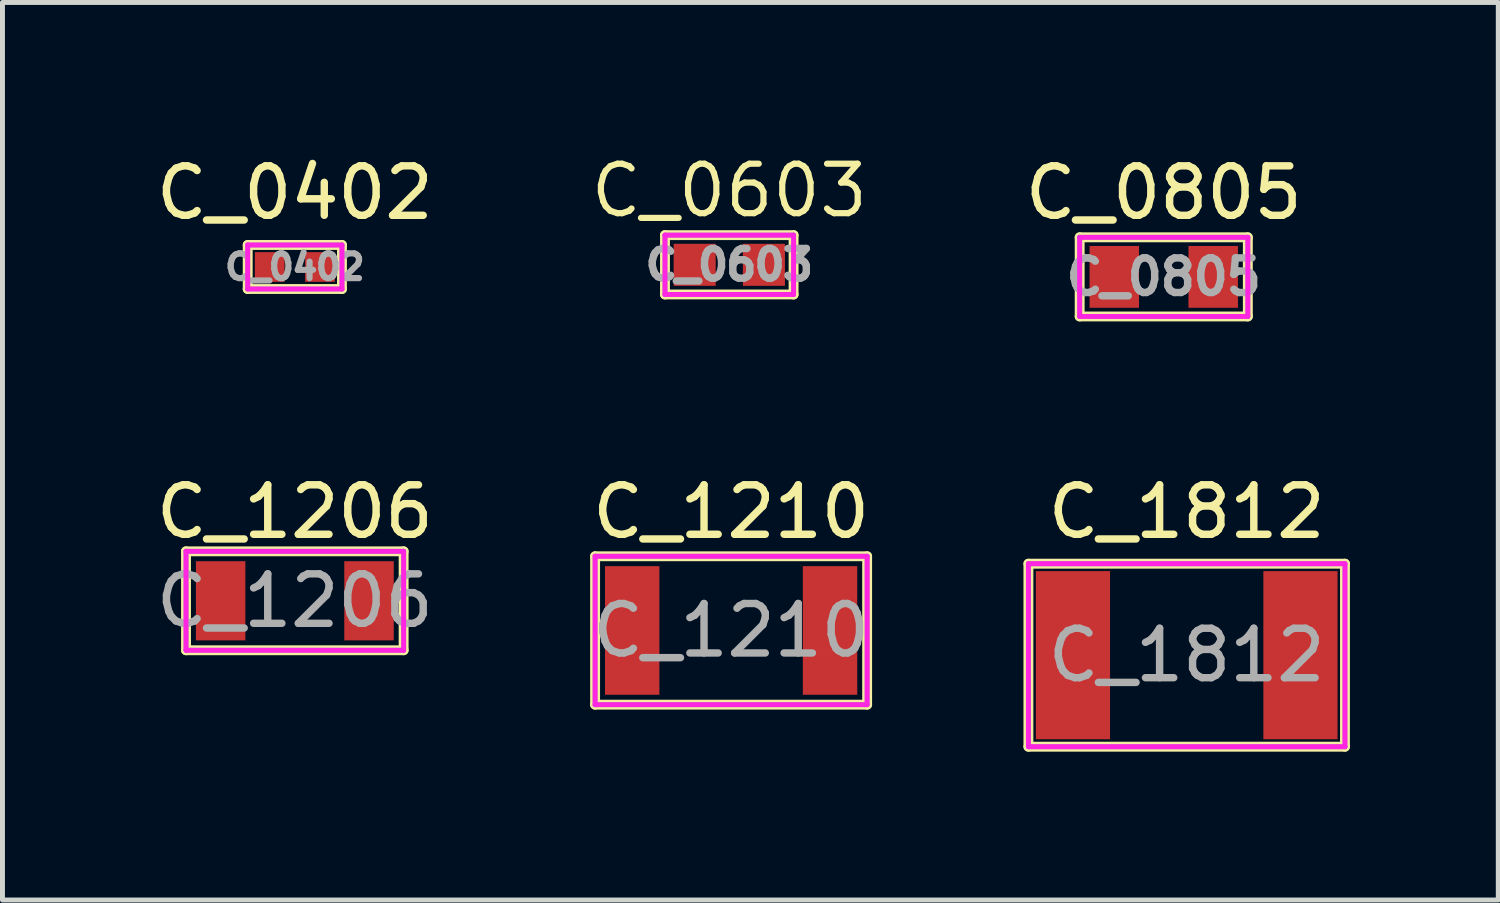
<source format=kicad_pcb>
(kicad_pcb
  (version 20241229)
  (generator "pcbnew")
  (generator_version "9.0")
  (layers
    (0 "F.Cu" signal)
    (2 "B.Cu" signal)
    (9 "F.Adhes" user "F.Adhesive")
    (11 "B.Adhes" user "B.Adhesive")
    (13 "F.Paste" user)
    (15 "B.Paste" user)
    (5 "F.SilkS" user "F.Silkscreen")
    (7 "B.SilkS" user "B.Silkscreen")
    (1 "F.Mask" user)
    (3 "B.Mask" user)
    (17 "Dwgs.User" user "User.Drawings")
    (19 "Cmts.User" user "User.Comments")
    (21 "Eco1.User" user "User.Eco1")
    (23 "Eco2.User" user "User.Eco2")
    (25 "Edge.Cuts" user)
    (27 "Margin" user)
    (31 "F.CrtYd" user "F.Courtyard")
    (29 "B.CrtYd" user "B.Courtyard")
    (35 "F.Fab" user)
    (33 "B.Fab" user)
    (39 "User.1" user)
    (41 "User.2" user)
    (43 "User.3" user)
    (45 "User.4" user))
  (footprint "C_0805"
    (layer "F.Cu")
    (at 20.479 2.548)
    (property "Reference" "C_0805" (at 0 -1.7 0) (layer "F.SilkS") (effects (font (size 1 1) (thickness 0.15))))
    (attr through_hole)
    (fp_line (start -1.7 -0.8) (end -1.7 0.8) (stroke (width 0.2) (type solid)) (layer "F.SilkS"))
    (fp_line (start -1.7 0.8) (end 1.7 0.8) (stroke (width 0.2) (type solid)) (layer "F.SilkS"))
    (fp_line (start 1.7 -0.8) (end -1.7 -0.8) (stroke (width 0.2) (type solid)) (layer "F.SilkS"))
    (fp_line (start 1.7 0.8) (end 1.7 -0.8) (stroke (width 0.2) (type solid)) (layer "F.SilkS"))
    (fp_line (start -1.7 -0.8) (end -1.7 0.8) (stroke (width 0.1) (type solid)) (layer "F.CrtYd"))
    (fp_line (start -1.7 0.8) (end 1.7 0.8) (stroke (width 0.1) (type solid)) (layer "F.CrtYd"))
    (fp_line (start 1.7 -0.8) (end -1.7 -0.8) (stroke (width 0.1) (type solid)) (layer "F.CrtYd"))
    (fp_line (start 1.7 0.8) (end 1.7 -0.8) (stroke (width 0.1) (type solid)) (layer "F.CrtYd"))
    (fp_line (start -1.7 -0.8) (end -1.7 0.8) (stroke (width 0.1) (type solid)) (layer "F.Fab"))
    (fp_line (start -1.7 0.8) (end 1.7 0.8) (stroke (width 0.1) (type solid)) (layer "F.Fab"))
    (fp_line (start 1.7 -0.8) (end -1.7 -0.8) (stroke (width 0.1) (type solid)) (layer "F.Fab"))
    (fp_line (start 1.7 0.8) (end 1.7 -0.8) (stroke (width 0.1) (type solid)) (layer "F.Fab"))
    (fp_text user "${REFERENCE}" (at 0 0 0) (layer "F.Fab") (effects (font (size 0.7 0.7) (thickness 0.15))))
    (pad "1" smd rect (at -1 0 90) (size 1.25 1) (layers "F.Cu" "F.Mask" "F.Paste"))
    (pad "2" smd rect (at 1 0 90) (size 1.25 1) (layers "F.Cu" "F.Mask" "F.Paste")))
  (footprint "C_1812"
    (layer "F.Cu")
    (at 20.943 10.197)
    (property "Reference" "C_1812" (at 0 -2.9 0) (layer "F.SilkS") (effects (font (size 1 1) (thickness 0.15))))
    (attr through_hole)
    (fp_line (start -3.2 -1.85) (end -3.2 1.85) (stroke (width 0.2) (type solid)) (layer "F.SilkS"))
    (fp_line (start -3.2 1.85) (end 3.2 1.85) (stroke (width 0.2) (type solid)) (layer "F.SilkS"))
    (fp_line (start 3.2 -1.85) (end -3.2 -1.85) (stroke (width 0.2) (type solid)) (layer "F.SilkS"))
    (fp_line (start 3.2 1.85) (end 3.2 -1.85) (stroke (width 0.2) (type solid)) (layer "F.SilkS"))
    (fp_line (start -3.2 -1.85) (end -3.2 1.85) (stroke (width 0.1) (type solid)) (layer "F.CrtYd"))
    (fp_line (start -3.2 1.85) (end 3.2 1.85) (stroke (width 0.1) (type solid)) (layer "F.CrtYd"))
    (fp_line (start 3.2 -1.85) (end -3.2 -1.85) (stroke (width 0.1) (type solid)) (layer "F.CrtYd"))
    (fp_line (start 3.2 1.85) (end 3.2 -1.85) (stroke (width 0.1) (type solid)) (layer "F.CrtYd"))
    (fp_line (start -3.2 -1.85) (end -3.2 1.85) (stroke (width 0.1) (type solid)) (layer "F.Fab"))
    (fp_line (start -3.2 1.85) (end 3.2 1.85) (stroke (width 0.1) (type solid)) (layer "F.Fab"))
    (fp_line (start 3.2 -1.85) (end -3.2 -1.85) (stroke (width 0.1) (type solid)) (layer "F.Fab"))
    (fp_line (start 3.2 1.85) (end 3.2 -1.85) (stroke (width 0.1) (type solid)) (layer "F.Fab"))
    (fp_text user "${REFERENCE}" (at 0 0 0) (layer "F.Fab") (effects (font (size 1 1) (thickness 0.15))))
    (pad "1" smd rect (at -2.3 0) (size 1.5 3.4) (layers "F.Cu" "F.Mask" "F.Paste"))
    (pad "2" smd rect (at 2.3 0 180) (size 1.5 3.4) (layers "F.Cu" "F.Mask" "F.Paste")))
  (footprint "C_1210"
    (layer "F.Cu")
    (at 11.732 9.697)
    (property "Reference" "C_1210" (at 0 -2.4 0) (layer "F.SilkS") (effects (font (size 1 1) (thickness 0.15))))
    (attr through_hole)
    (fp_line (start -2.75 -1.5) (end -2.75 1.5) (stroke (width 0.2) (type solid)) (layer "F.SilkS"))
    (fp_line (start -2.75 1.5) (end 2.75 1.5) (stroke (width 0.2) (type solid)) (layer "F.SilkS"))
    (fp_line (start 2.75 -1.5) (end -2.75 -1.5) (stroke (width 0.2) (type solid)) (layer "F.SilkS"))
    (fp_line (start 2.75 1.5) (end 2.75 -1.5) (stroke (width 0.2) (type solid)) (layer "F.SilkS"))
    (fp_line (start -2.75 -1.5) (end -2.75 1.5) (stroke (width 0.1) (type solid)) (layer "F.CrtYd"))
    (fp_line (start -2.75 1.5) (end 2.75 1.5) (stroke (width 0.1) (type solid)) (layer "F.CrtYd"))
    (fp_line (start 2.75 -1.5) (end -2.75 -1.5) (stroke (width 0.1) (type solid)) (layer "F.CrtYd"))
    (fp_line (start 2.75 1.5) (end 2.75 -1.5) (stroke (width 0.1) (type solid)) (layer "F.CrtYd"))
    (fp_line (start -2.75 -1.5) (end -2.75 1.5) (stroke (width 0.1) (type solid)) (layer "F.Fab"))
    (fp_line (start -2.75 1.5) (end 2.75 1.5) (stroke (width 0.1) (type solid)) (layer "F.Fab"))
    (fp_line (start 2.75 -1.5) (end -2.75 -1.5) (stroke (width 0.1) (type solid)) (layer "F.Fab"))
    (fp_line (start 2.75 1.5) (end 2.75 -1.5) (stroke (width 0.1) (type solid)) (layer "F.Fab"))
    (fp_text user "${REFERENCE}" (at 0 0 0) (layer "F.Fab") (effects (font (size 1 1) (thickness 0.15))))
    (pad "1" smd rect (at -2 0 90) (size 2.6 1.1) (layers "F.Cu" "F.Mask" "F.Paste"))
    (pad "2" smd rect (at 2 0 90) (size 2.6 1.1) (layers "F.Cu" "F.Mask" "F.Paste")))
  (footprint "C_0603"
    (layer "F.Cu")
    (at 11.695 2.304)
    (property "Reference" "C_0603" (at 0 -1.5 0) (layer "F.SilkS") (effects (font (size 1 1) (thickness 0.125))))
    (attr through_hole)
    (fp_line (start -1.3 -0.6) (end -1.3 0.6) (stroke (width 0.2) (type solid)) (layer "F.SilkS"))
    (fp_line (start -1.3 0.6) (end 1.3 0.6) (stroke (width 0.2) (type solid)) (layer "F.SilkS"))
    (fp_line (start 1.3 -0.6) (end -1.3 -0.6) (stroke (width 0.2) (type solid)) (layer "F.SilkS"))
    (fp_line (start 1.3 0.6) (end 1.3 -0.6) (stroke (width 0.2) (type solid)) (layer "F.SilkS"))
    (fp_line (start -1.3 -0.6) (end -1.3 0.6) (stroke (width 0.1) (type solid)) (layer "F.CrtYd"))
    (fp_line (start -1.3 0.6) (end 1.3 0.6) (stroke (width 0.1) (type solid)) (layer "F.CrtYd"))
    (fp_line (start 1.3 -0.6) (end -1.3 -0.6) (stroke (width 0.1) (type solid)) (layer "F.CrtYd"))
    (fp_line (start 1.3 0.6) (end 1.3 -0.6) (stroke (width 0.1) (type solid)) (layer "F.CrtYd"))
    (fp_line (start -1.3 -0.6) (end -1.3 0.6) (stroke (width 0.1) (type solid)) (layer "F.Fab"))
    (fp_line (start -1.3 0.6) (end 1.3 0.6) (stroke (width 0.1) (type solid)) (layer "F.Fab"))
    (fp_line (start 1.3 -0.6) (end -1.3 -0.6) (stroke (width 0.1) (type solid)) (layer "F.Fab"))
    (fp_line (start 1.3 0.6) (end 1.3 -0.6) (stroke (width 0.1) (type solid)) (layer "F.Fab"))
    (fp_text user "${REFERENCE}" (at 0 0 0) (layer "F.Fab") (effects (font (size 0.6 0.6) (thickness 0.15))))
    (pad "1" smd rect (at -0.7 0) (size 0.85 0.85) (layers "F.Cu" "F.Mask" "F.Paste"))
    (pad "2" smd rect (at 0.7 0) (size 0.85 0.85) (layers "F.Cu" "F.Mask" "F.Paste")))
  (footprint "C_0402"
    (layer "F.Cu")
    (at 2.911 2.348)
    (property "Reference" "C_0402" (at 0 -1.5 0) (layer "F.SilkS") (effects (font (size 1 1) (thickness 0.15))))
    (attr through_hole)
    (fp_line (start -0.953 -0.445) (end 0.953 -0.445) (stroke (width 0.2) (type solid)) (layer "F.SilkS"))
    (fp_line (start -0.953 0.445) (end -0.953 -0.445) (stroke (width 0.2) (type solid)) (layer "F.SilkS"))
    (fp_line (start 0.953 -0.445) (end 0.953 0.445) (stroke (width 0.2) (type solid)) (layer "F.SilkS"))
    (fp_line (start 0.953 0.445) (end -0.953 0.445) (stroke (width 0.2) (type solid)) (layer "F.SilkS"))
    (fp_line (start -0.953 -0.445) (end 0.953 -0.445) (stroke (width 0.1) (type solid)) (layer "F.CrtYd"))
    (fp_line (start -0.953 0.445) (end -0.953 -0.445) (stroke (width 0.1) (type solid)) (layer "F.CrtYd"))
    (fp_line (start 0.953 -0.445) (end 0.953 0.445) (stroke (width 0.1) (type solid)) (layer "F.CrtYd"))
    (fp_line (start 0.953 0.445) (end -0.953 0.445) (stroke (width 0.1) (type solid)) (layer "F.CrtYd"))
    (fp_line (start -0.953 -0.445) (end 0.953 -0.445) (stroke (width 0.1) (type solid)) (layer "F.Fab"))
    (fp_line (start -0.953 0.445) (end -0.953 -0.445) (stroke (width 0.1) (type solid)) (layer "F.Fab"))
    (fp_line (start 0.953 -0.445) (end 0.953 0.445) (stroke (width 0.1) (type solid)) (layer "F.Fab"))
    (fp_line (start 0.953 0.445) (end -0.953 0.445) (stroke (width 0.1) (type solid)) (layer "F.Fab"))
    (fp_text user "${REFERENCE}" (at 0 0 0) (layer "F.Fab") (effects (font (size 0.5 0.5) (thickness 0.125))))
    (pad "1" smd rect (at -0.508 0) (size 0.6 0.6) (layers "F.Cu" "F.Mask" "F.Paste"))
    (pad "2" smd rect (at 0.508 0) (size 0.6 0.6) (layers "F.Cu" "F.Mask" "F.Paste")))
  (footprint "C_1206"
    (layer "F.Cu")
    (at 2.911 9.097)
    (property "Reference" "C_1206" (at 0 -1.8 0) (layer "F.SilkS") (effects (font (size 1 1) (thickness 0.15))))
    (attr through_hole)
    (fp_line (start -2.2 -1) (end -2.2 1) (stroke (width 0.2) (type solid)) (layer "F.SilkS"))
    (fp_line (start -2.2 1) (end 2.2 1) (stroke (width 0.2) (type solid)) (layer "F.SilkS"))
    (fp_line (start 2.2 -1) (end -2.2 -1) (stroke (width 0.2) (type solid)) (layer "F.SilkS"))
    (fp_line (start 2.2 1) (end 2.2 -1) (stroke (width 0.2) (type solid)) (layer "F.SilkS"))
    (fp_line (start -2.2 -1) (end -2.2 1) (stroke (width 0.1) (type solid)) (layer "F.CrtYd"))
    (fp_line (start -2.2 1) (end 2.2 1) (stroke (width 0.1) (type solid)) (layer "F.CrtYd"))
    (fp_line (start 2.2 -1) (end -2.2 -1) (stroke (width 0.1) (type solid)) (layer "F.CrtYd"))
    (fp_line (start 2.2 1) (end 2.2 -1) (stroke (width 0.1) (type solid)) (layer "F.CrtYd"))
    (fp_line (start -2.2 -1) (end -2.2 1) (stroke (width 0.1) (type solid)) (layer "F.Fab"))
    (fp_line (start -2.2 1) (end 2.2 1) (stroke (width 0.1) (type solid)) (layer "F.Fab"))
    (fp_line (start 2.2 -1) (end -2.2 -1) (stroke (width 0.1) (type solid)) (layer "F.Fab"))
    (fp_line (start 2.2 1) (end 2.2 -1) (stroke (width 0.1) (type solid)) (layer "F.Fab"))
    (fp_text user "${REFERENCE}" (at 0 0 0) (layer "F.Fab") (effects (font (size 1 1) (thickness 0.15))))
    (pad "1" smd rect (at -1.5 0 90) (size 1.6 1) (layers "F.Cu" "F.Mask" "F.Paste"))
    (pad "2" smd rect (at 1.5 0 90) (size 1.6 1) (layers "F.Cu" "F.Mask" "F.Paste")))
  (gr_rect
    (start -3 -3)
    (end 27.243 15.146)
    (stroke (width 0.1) (type default))
    (fill no)
    (layer "Edge.Cuts")))
</source>
